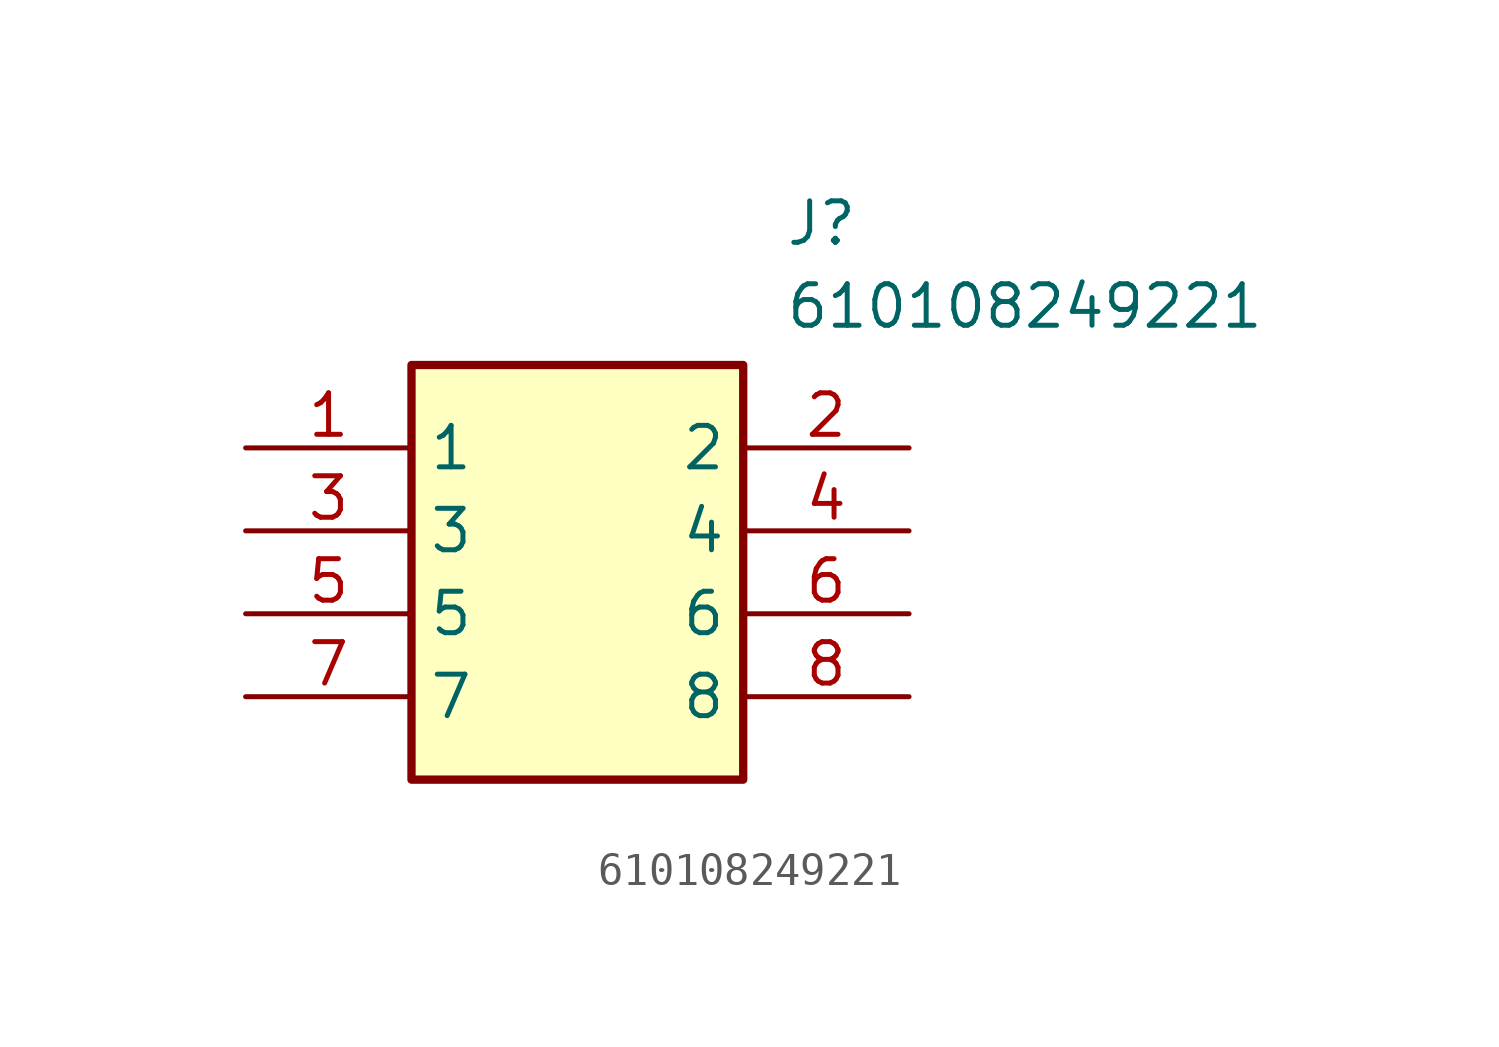
<source format=kicad_sym>
(kicad_symbol_lib
  (version 20211014)
  (generator SamacSys_ECAD_Model)
  (symbol "610108249221"
    (property "Reference" "J"
      (at 16.51 7.62 0)
      (effects (font (size 1.27 1.27)) (justify left top)))
    (property "Value" "610108249221"
      (at 16.51 5.08 0)
      (effects (font (size 1.27 1.27)) (justify left top)))
    (rectangle
      (start 5.08 2.54)
      (end 15.24 -10.16)
      (stroke (width 0.254) (type default))
      (fill (type background)))
    (pin passive line
      (at 0 0 0)
      (length 5.08)
      (name "1" (effects (font (size 1.27 1.27))))
      (number "1" (effects (font (size 1.27 1.27)))))
    (pin passive line
      (at 20.32 0 180)
      (length 5.08)
      (name "2" (effects (font (size 1.27 1.27))))
      (number "2" (effects (font (size 1.27 1.27)))))
    (pin passive line
      (at 0 -2.54 0)
      (length 5.08)
      (name "3" (effects (font (size 1.27 1.27))))
      (number "3" (effects (font (size 1.27 1.27)))))
    (pin passive line
      (at 20.32 -2.54 180)
      (length 5.08)
      (name "4" (effects (font (size 1.27 1.27))))
      (number "4" (effects (font (size 1.27 1.27)))))
    (pin passive line
      (at 0 -5.08 0)
      (length 5.08)
      (name "5" (effects (font (size 1.27 1.27))))
      (number "5" (effects (font (size 1.27 1.27)))))
    (pin passive line
      (at 20.32 -5.08 180)
      (length 5.08)
      (name "6" (effects (font (size 1.27 1.27))))
      (number "6" (effects (font (size 1.27 1.27)))))
    (pin passive line
      (at 0 -7.62 0)
      (length 5.08)
      (name "7" (effects (font (size 1.27 1.27))))
      (number "7" (effects (font (size 1.27 1.27)))))
    (pin passive line
      (at 20.32 -7.62 180)
      (length 5.08)
      (name "8" (effects (font (size 1.27 1.27))))
      (number "8" (effects (font (size 1.27 1.27)))))))
</source>
